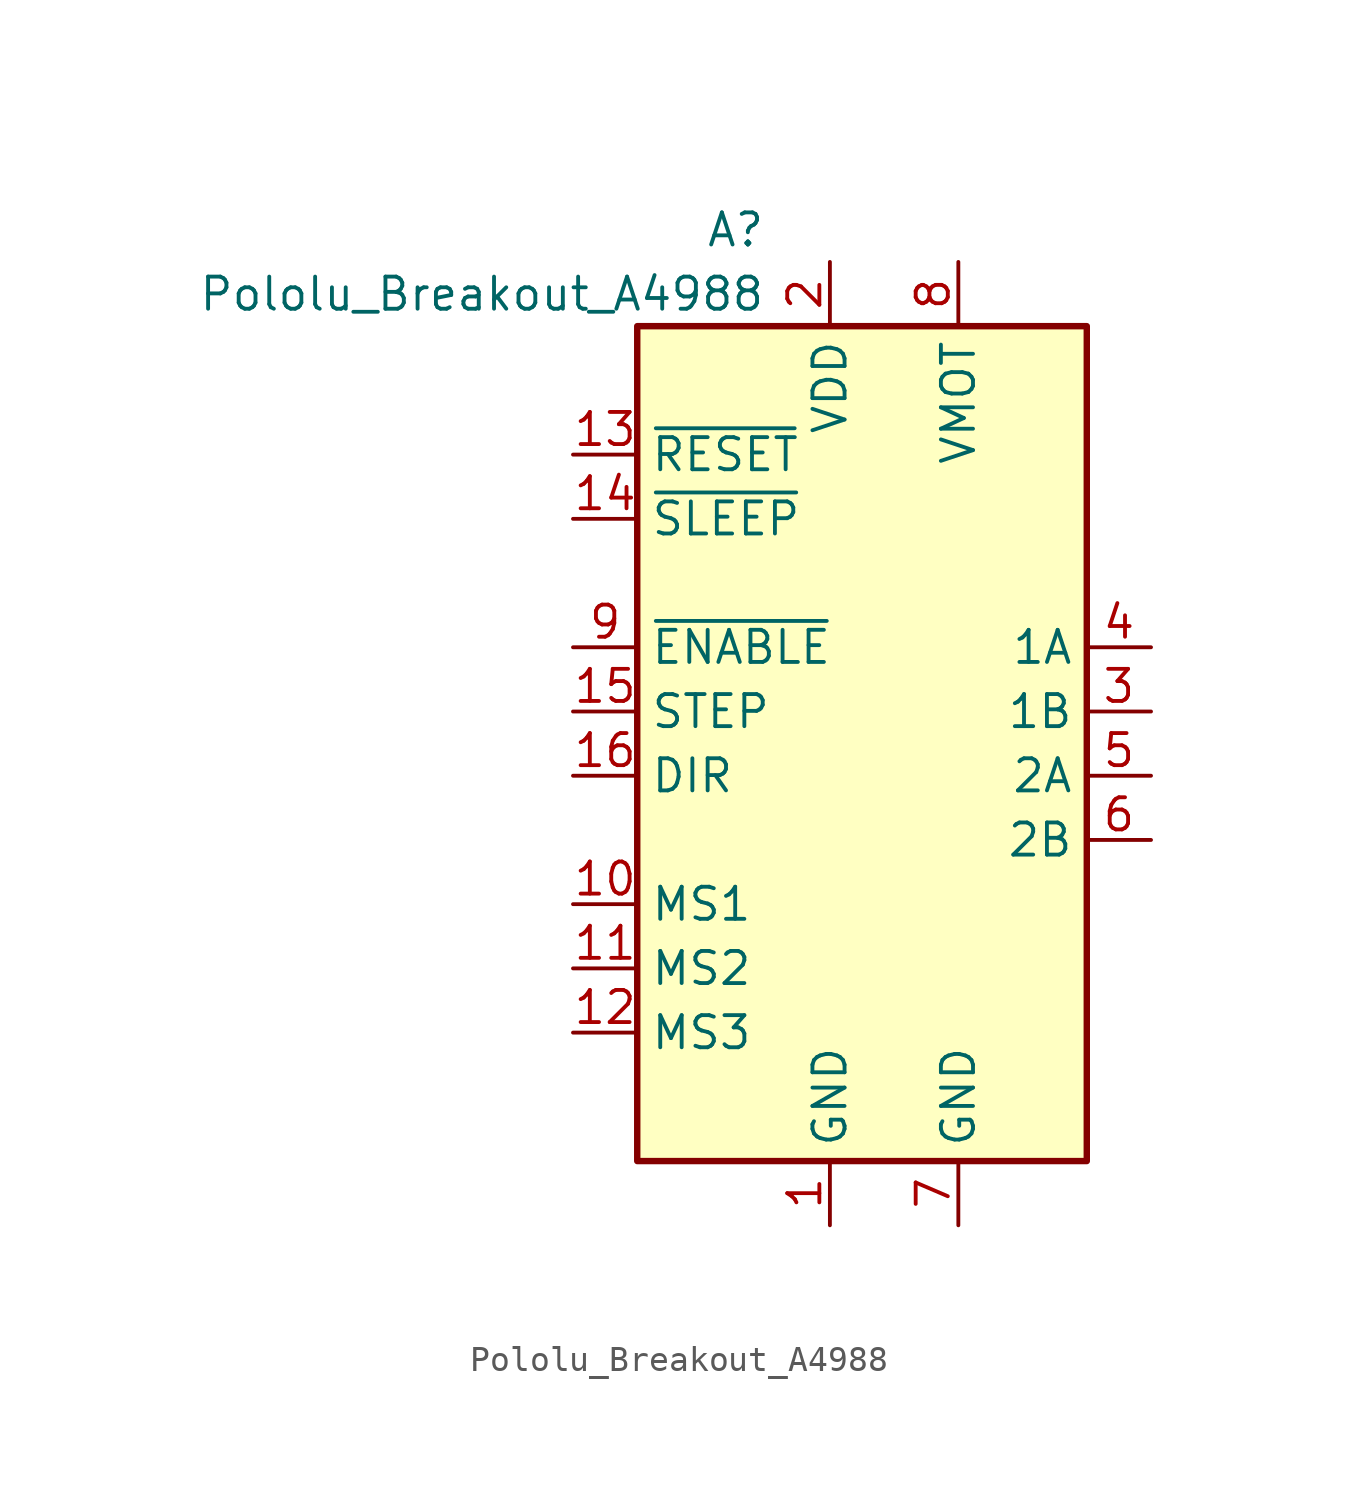
<source format=kicad_sym>
(kicad_symbol_lib
  (version 20211014)
  (generator kicad_symbol_editor)
  (symbol "Pololu_Breakout_A4988"
    (property "Reference" "A"
      (at -2.54 19.05 0)
      (effects (font (size 1.27 1.27)) (justify right)))
    (property "Value" "Pololu_Breakout_A4988"
      (at -2.54 16.51 0)
      (effects (font (size 1.27 1.27)) (justify right)))
    (symbol "Pololu_Breakout_A4988_0_1"
      (rectangle (start 10.16 -17.78) (end -7.62 15.24) (stroke (width 0.254) (type default) (color 0 0 0 0)) (fill (type background))))
    (symbol "Pololu_Breakout_A4988_1_1"
      (pin power_in line (at 0 -20.32 90) (length 2.54) (name "GND" (effects (font (size 1.27 1.27)))) (number "1" (effects (font (size 1.27 1.27)))))
      (pin input line (at -10.16 -7.62 0) (length 2.54) (name "MS1" (effects (font (size 1.27 1.27)))) (number "10" (effects (font (size 1.27 1.27)))))
      (pin input line (at -10.16 -10.16 0) (length 2.54) (name "MS2" (effects (font (size 1.27 1.27)))) (number "11" (effects (font (size 1.27 1.27)))))
      (pin input line (at -10.16 -12.7 0) (length 2.54) (name "MS3" (effects (font (size 1.27 1.27)))) (number "12" (effects (font (size 1.27 1.27)))))
      (pin input line (at -10.16 10.16 0) (length 2.54) (name "~{RESET}" (effects (font (size 1.27 1.27)))) (number "13" (effects (font (size 1.27 1.27)))))
      (pin input line (at -10.16 7.62 0) (length 2.54) (name "~{SLEEP}" (effects (font (size 1.27 1.27)))) (number "14" (effects (font (size 1.27 1.27)))))
      (pin input line (at -10.16 0 0) (length 2.54) (name "STEP" (effects (font (size 1.27 1.27)))) (number "15" (effects (font (size 1.27 1.27)))))
      (pin input line (at -10.16 -2.54 0) (length 2.54) (name "DIR" (effects (font (size 1.27 1.27)))) (number "16" (effects (font (size 1.27 1.27)))))
      (pin power_in line (at 0 17.78 270) (length 2.54) (name "VDD" (effects (font (size 1.27 1.27)))) (number "2" (effects (font (size 1.27 1.27)))))
      (pin output line (at 12.7 0 180) (length 2.54) (name "1B" (effects (font (size 1.27 1.27)))) (number "3" (effects (font (size 1.27 1.27)))))
      (pin output line (at 12.7 2.54 180) (length 2.54) (name "1A" (effects (font (size 1.27 1.27)))) (number "4" (effects (font (size 1.27 1.27)))))
      (pin output line (at 12.7 -2.54 180) (length 2.54) (name "2A" (effects (font (size 1.27 1.27)))) (number "5" (effects (font (size 1.27 1.27)))))
      (pin output line (at 12.7 -5.08 180) (length 2.54) (name "2B" (effects (font (size 1.27 1.27)))) (number "6" (effects (font (size 1.27 1.27)))))
      (pin power_in line (at 5.08 -20.32 90) (length 2.54) (name "GND" (effects (font (size 1.27 1.27)))) (number "7" (effects (font (size 1.27 1.27)))))
      (pin power_in line (at 5.08 17.78 270) (length 2.54) (name "VMOT" (effects (font (size 1.27 1.27)))) (number "8" (effects (font (size 1.27 1.27)))))
      (pin input line (at -10.16 2.54 0) (length 2.54) (name "~{ENABLE}" (effects (font (size 1.27 1.27)))) (number "9" (effects (font (size 1.27 1.27))))))))
</source>
